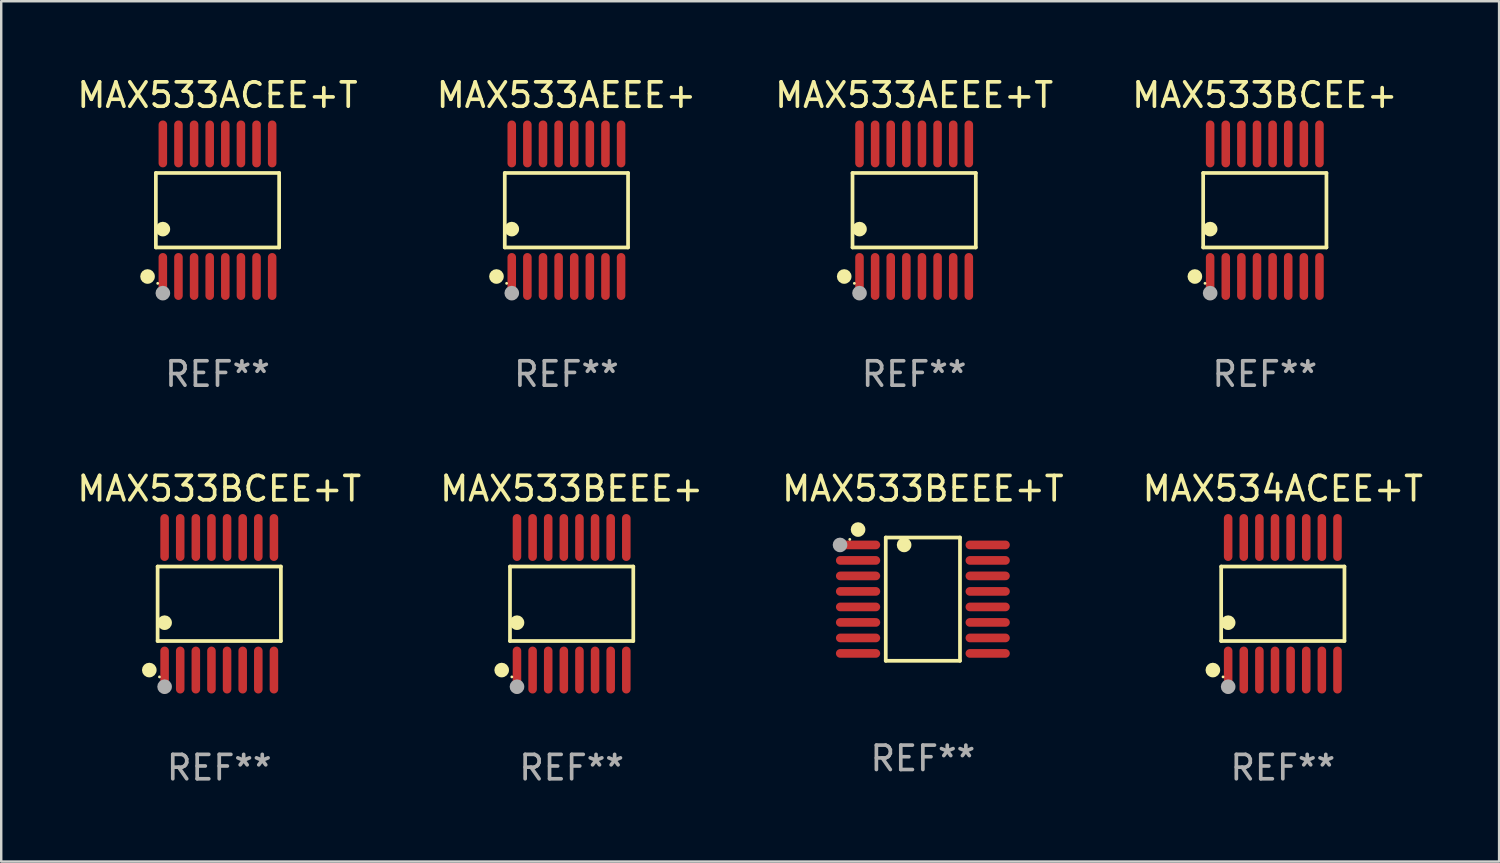
<source format=kicad_pcb>
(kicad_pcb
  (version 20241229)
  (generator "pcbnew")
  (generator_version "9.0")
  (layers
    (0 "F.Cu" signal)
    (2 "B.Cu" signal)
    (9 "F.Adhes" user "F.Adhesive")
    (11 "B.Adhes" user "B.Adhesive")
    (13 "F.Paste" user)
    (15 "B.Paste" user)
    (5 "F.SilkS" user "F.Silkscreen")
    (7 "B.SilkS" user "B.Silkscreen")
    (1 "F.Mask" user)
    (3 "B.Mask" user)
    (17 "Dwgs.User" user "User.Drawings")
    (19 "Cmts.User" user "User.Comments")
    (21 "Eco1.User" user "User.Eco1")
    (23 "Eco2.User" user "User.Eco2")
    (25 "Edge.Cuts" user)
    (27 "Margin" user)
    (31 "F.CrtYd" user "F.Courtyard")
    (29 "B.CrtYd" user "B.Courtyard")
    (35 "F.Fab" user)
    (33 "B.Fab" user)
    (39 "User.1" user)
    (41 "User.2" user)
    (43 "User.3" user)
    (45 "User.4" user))
  (footprint "MAX533BCEE+"
    (layer "F.Cu")
    (at 48.78 5.564)
    (property "Reference" "MAX533BCEE+" (at 0 -4.716 0) (layer "F.SilkS") (effects (font (size 1 1) (thickness 0.15))))
    (attr through_hole)
    (fp_line (start -2.526 -1.526) (end 2.526 -1.526) (stroke (width 0.152) (type solid)) (layer "F.SilkS"))
    (fp_line (start -2.526 1.526) (end -2.526 -1.526) (stroke (width 0.152) (type solid)) (layer "F.SilkS"))
    (fp_line (start 2.526 -1.526) (end 2.526 1.526) (stroke (width 0.152) (type solid)) (layer "F.SilkS"))
    (fp_line (start 2.526 1.526) (end -2.526 1.526) (stroke (width 0.152) (type solid)) (layer "F.SilkS"))
    (fp_circle (center -2.867 2.716) (end -2.717 2.716) (stroke (width 0.3) (type solid)) (fill no) (layer "F.SilkS"))
    (fp_circle (center -2.45 2.997) (end -2.42 2.997) (stroke (width 0.06) (type solid)) (fill no) (layer "F.SilkS"))
    (fp_circle (center -2.24 0.774) (end -2.09 0.774) (stroke (width 0.3) (type solid)) (fill no) (layer "F.SilkS"))
    (fp_circle (center -2.24 3.398) (end -2.09 3.398) (stroke (width 0.3) (type solid)) (fill no) (layer "F.Fab"))
    (fp_text user "REF**" (at 0 6.716 0) (layer "F.Fab") (effects (font (size 1 1) (thickness 0.15))))
    (pad "1" smd oval (at -2.24 2.716) (size 0.35 1.922) (layers "F.Cu" "F.Mask" "F.Paste"))
    (pad "2" smd oval (at -1.6 2.716) (size 0.35 1.922) (layers "F.Cu" "F.Mask" "F.Paste"))
    (pad "3" smd oval (at -0.96 2.716) (size 0.35 1.922) (layers "F.Cu" "F.Mask" "F.Paste"))
    (pad "4" smd oval (at -0.32 2.716) (size 0.35 1.922) (layers "F.Cu" "F.Mask" "F.Paste"))
    (pad "5" smd oval (at 0.32 2.716) (size 0.35 1.922) (layers "F.Cu" "F.Mask" "F.Paste"))
    (pad "6" smd oval (at 0.96 2.716) (size 0.35 1.922) (layers "F.Cu" "F.Mask" "F.Paste"))
    (pad "7" smd oval (at 1.6 2.716) (size 0.35 1.922) (layers "F.Cu" "F.Mask" "F.Paste"))
    (pad "8" smd oval (at 2.24 2.716) (size 0.35 1.922) (layers "F.Cu" "F.Mask" "F.Paste"))
    (pad "9" smd oval (at 2.24 -2.716) (size 0.35 1.922) (layers "F.Cu" "F.Mask" "F.Paste"))
    (pad "10" smd oval (at 1.6 -2.716) (size 0.35 1.922) (layers "F.Cu" "F.Mask" "F.Paste"))
    (pad "11" smd oval (at 0.96 -2.716) (size 0.35 1.922) (layers "F.Cu" "F.Mask" "F.Paste"))
    (pad "12" smd oval (at 0.32 -2.716) (size 0.35 1.922) (layers "F.Cu" "F.Mask" "F.Paste"))
    (pad "13" smd oval (at -0.32 -2.716) (size 0.35 1.922) (layers "F.Cu" "F.Mask" "F.Paste"))
    (pad "14" smd oval (at -0.96 -2.716) (size 0.35 1.922) (layers "F.Cu" "F.Mask" "F.Paste"))
    (pad "15" smd oval (at -1.6 -2.716) (size 0.35 1.922) (layers "F.Cu" "F.Mask" "F.Paste"))
    (pad "16" smd oval (at -2.24 -2.716) (size 0.35 1.922) (layers "F.Cu" "F.Mask" "F.Paste")))
  (footprint "MAX533AEEE+T"
    (layer "F.Cu")
    (at 34.411 5.564)
    (property "Reference" "MAX533AEEE+T" (at 0 -4.716 0) (layer "F.SilkS") (effects (font (size 1 1) (thickness 0.15))))
    (attr through_hole)
    (fp_line (start -2.526 -1.526) (end 2.526 -1.526) (stroke (width 0.152) (type solid)) (layer "F.SilkS"))
    (fp_line (start -2.526 1.526) (end -2.526 -1.526) (stroke (width 0.152) (type solid)) (layer "F.SilkS"))
    (fp_line (start 2.526 -1.526) (end 2.526 1.526) (stroke (width 0.152) (type solid)) (layer "F.SilkS"))
    (fp_line (start 2.526 1.526) (end -2.526 1.526) (stroke (width 0.152) (type solid)) (layer "F.SilkS"))
    (fp_circle (center -2.867 2.716) (end -2.717 2.716) (stroke (width 0.3) (type solid)) (fill no) (layer "F.SilkS"))
    (fp_circle (center -2.45 2.997) (end -2.42 2.997) (stroke (width 0.06) (type solid)) (fill no) (layer "F.SilkS"))
    (fp_circle (center -2.24 0.774) (end -2.09 0.774) (stroke (width 0.3) (type solid)) (fill no) (layer "F.SilkS"))
    (fp_circle (center -2.24 3.398) (end -2.09 3.398) (stroke (width 0.3) (type solid)) (fill no) (layer "F.Fab"))
    (fp_text user "REF**" (at 0 6.716 0) (layer "F.Fab") (effects (font (size 1 1) (thickness 0.15))))
    (pad "1" smd oval (at -2.24 2.716) (size 0.35 1.922) (layers "F.Cu" "F.Mask" "F.Paste"))
    (pad "2" smd oval (at -1.6 2.716) (size 0.35 1.922) (layers "F.Cu" "F.Mask" "F.Paste"))
    (pad "3" smd oval (at -0.96 2.716) (size 0.35 1.922) (layers "F.Cu" "F.Mask" "F.Paste"))
    (pad "4" smd oval (at -0.32 2.716) (size 0.35 1.922) (layers "F.Cu" "F.Mask" "F.Paste"))
    (pad "5" smd oval (at 0.32 2.716) (size 0.35 1.922) (layers "F.Cu" "F.Mask" "F.Paste"))
    (pad "6" smd oval (at 0.96 2.716) (size 0.35 1.922) (layers "F.Cu" "F.Mask" "F.Paste"))
    (pad "7" smd oval (at 1.6 2.716) (size 0.35 1.922) (layers "F.Cu" "F.Mask" "F.Paste"))
    (pad "8" smd oval (at 2.24 2.716) (size 0.35 1.922) (layers "F.Cu" "F.Mask" "F.Paste"))
    (pad "9" smd oval (at 2.24 -2.716) (size 0.35 1.922) (layers "F.Cu" "F.Mask" "F.Paste"))
    (pad "10" smd oval (at 1.6 -2.716) (size 0.35 1.922) (layers "F.Cu" "F.Mask" "F.Paste"))
    (pad "11" smd oval (at 0.96 -2.716) (size 0.35 1.922) (layers "F.Cu" "F.Mask" "F.Paste"))
    (pad "12" smd oval (at 0.32 -2.716) (size 0.35 1.922) (layers "F.Cu" "F.Mask" "F.Paste"))
    (pad "13" smd oval (at -0.32 -2.716) (size 0.35 1.922) (layers "F.Cu" "F.Mask" "F.Paste"))
    (pad "14" smd oval (at -0.96 -2.716) (size 0.35 1.922) (layers "F.Cu" "F.Mask" "F.Paste"))
    (pad "15" smd oval (at -1.6 -2.716) (size 0.35 1.922) (layers "F.Cu" "F.Mask" "F.Paste"))
    (pad "16" smd oval (at -2.24 -2.716) (size 0.35 1.922) (layers "F.Cu" "F.Mask" "F.Paste")))
  (footprint "MAX533BCEE+T"
    (layer "F.Cu")
    (at 5.935 21.692)
    (property "Reference" "MAX533BCEE+T" (at 0 -4.716 0) (layer "F.SilkS") (effects (font (size 1 1) (thickness 0.15))))
    (attr through_hole)
    (fp_line (start -2.526 -1.526) (end 2.526 -1.526) (stroke (width 0.152) (type solid)) (layer "F.SilkS"))
    (fp_line (start -2.526 1.526) (end -2.526 -1.526) (stroke (width 0.152) (type solid)) (layer "F.SilkS"))
    (fp_line (start 2.526 -1.526) (end 2.526 1.526) (stroke (width 0.152) (type solid)) (layer "F.SilkS"))
    (fp_line (start 2.526 1.526) (end -2.526 1.526) (stroke (width 0.152) (type solid)) (layer "F.SilkS"))
    (fp_circle (center -2.867 2.716) (end -2.717 2.716) (stroke (width 0.3) (type solid)) (fill no) (layer "F.SilkS"))
    (fp_circle (center -2.45 2.997) (end -2.42 2.997) (stroke (width 0.06) (type solid)) (fill no) (layer "F.SilkS"))
    (fp_circle (center -2.24 0.774) (end -2.09 0.774) (stroke (width 0.3) (type solid)) (fill no) (layer "F.SilkS"))
    (fp_circle (center -2.24 3.398) (end -2.09 3.398) (stroke (width 0.3) (type solid)) (fill no) (layer "F.Fab"))
    (fp_text user "REF**" (at 0 6.716 0) (layer "F.Fab") (effects (font (size 1 1) (thickness 0.15))))
    (pad "1" smd oval (at -2.24 2.716) (size 0.35 1.922) (layers "F.Cu" "F.Mask" "F.Paste"))
    (pad "2" smd oval (at -1.6 2.716) (size 0.35 1.922) (layers "F.Cu" "F.Mask" "F.Paste"))
    (pad "3" smd oval (at -0.96 2.716) (size 0.35 1.922) (layers "F.Cu" "F.Mask" "F.Paste"))
    (pad "4" smd oval (at -0.32 2.716) (size 0.35 1.922) (layers "F.Cu" "F.Mask" "F.Paste"))
    (pad "5" smd oval (at 0.32 2.716) (size 0.35 1.922) (layers "F.Cu" "F.Mask" "F.Paste"))
    (pad "6" smd oval (at 0.96 2.716) (size 0.35 1.922) (layers "F.Cu" "F.Mask" "F.Paste"))
    (pad "7" smd oval (at 1.6 2.716) (size 0.35 1.922) (layers "F.Cu" "F.Mask" "F.Paste"))
    (pad "8" smd oval (at 2.24 2.716) (size 0.35 1.922) (layers "F.Cu" "F.Mask" "F.Paste"))
    (pad "9" smd oval (at 2.24 -2.716) (size 0.35 1.922) (layers "F.Cu" "F.Mask" "F.Paste"))
    (pad "10" smd oval (at 1.6 -2.716) (size 0.35 1.922) (layers "F.Cu" "F.Mask" "F.Paste"))
    (pad "11" smd oval (at 0.96 -2.716) (size 0.35 1.922) (layers "F.Cu" "F.Mask" "F.Paste"))
    (pad "12" smd oval (at 0.32 -2.716) (size 0.35 1.922) (layers "F.Cu" "F.Mask" "F.Paste"))
    (pad "13" smd oval (at -0.32 -2.716) (size 0.35 1.922) (layers "F.Cu" "F.Mask" "F.Paste"))
    (pad "14" smd oval (at -0.96 -2.716) (size 0.35 1.922) (layers "F.Cu" "F.Mask" "F.Paste"))
    (pad "15" smd oval (at -1.6 -2.716) (size 0.35 1.922) (layers "F.Cu" "F.Mask" "F.Paste"))
    (pad "16" smd oval (at -2.24 -2.716) (size 0.35 1.922) (layers "F.Cu" "F.Mask" "F.Paste")))
  (footprint "MAX534ACEE+T"
    (layer "F.Cu")
    (at 49.518 21.692)
    (property "Reference" "MAX534ACEE+T" (at 0 -4.716 0) (layer "F.SilkS") (effects (font (size 1 1) (thickness 0.15))))
    (attr through_hole)
    (fp_line (start -2.526 -1.526) (end 2.526 -1.526) (stroke (width 0.152) (type solid)) (layer "F.SilkS"))
    (fp_line (start -2.526 1.526) (end -2.526 -1.526) (stroke (width 0.152) (type solid)) (layer "F.SilkS"))
    (fp_line (start 2.526 -1.526) (end 2.526 1.526) (stroke (width 0.152) (type solid)) (layer "F.SilkS"))
    (fp_line (start 2.526 1.526) (end -2.526 1.526) (stroke (width 0.152) (type solid)) (layer "F.SilkS"))
    (fp_circle (center -2.867 2.716) (end -2.717 2.716) (stroke (width 0.3) (type solid)) (fill no) (layer "F.SilkS"))
    (fp_circle (center -2.45 2.997) (end -2.42 2.997) (stroke (width 0.06) (type solid)) (fill no) (layer "F.SilkS"))
    (fp_circle (center -2.24 0.774) (end -2.09 0.774) (stroke (width 0.3) (type solid)) (fill no) (layer "F.SilkS"))
    (fp_circle (center -2.24 3.398) (end -2.09 3.398) (stroke (width 0.3) (type solid)) (fill no) (layer "F.Fab"))
    (fp_text user "REF**" (at 0 6.716 0) (layer "F.Fab") (effects (font (size 1 1) (thickness 0.15))))
    (pad "1" smd oval (at -2.24 2.716) (size 0.35 1.922) (layers "F.Cu" "F.Mask" "F.Paste"))
    (pad "2" smd oval (at -1.6 2.716) (size 0.35 1.922) (layers "F.Cu" "F.Mask" "F.Paste"))
    (pad "3" smd oval (at -0.96 2.716) (size 0.35 1.922) (layers "F.Cu" "F.Mask" "F.Paste"))
    (pad "4" smd oval (at -0.32 2.716) (size 0.35 1.922) (layers "F.Cu" "F.Mask" "F.Paste"))
    (pad "5" smd oval (at 0.32 2.716) (size 0.35 1.922) (layers "F.Cu" "F.Mask" "F.Paste"))
    (pad "6" smd oval (at 0.96 2.716) (size 0.35 1.922) (layers "F.Cu" "F.Mask" "F.Paste"))
    (pad "7" smd oval (at 1.6 2.716) (size 0.35 1.922) (layers "F.Cu" "F.Mask" "F.Paste"))
    (pad "8" smd oval (at 2.24 2.716) (size 0.35 1.922) (layers "F.Cu" "F.Mask" "F.Paste"))
    (pad "9" smd oval (at 2.24 -2.716) (size 0.35 1.922) (layers "F.Cu" "F.Mask" "F.Paste"))
    (pad "10" smd oval (at 1.6 -2.716) (size 0.35 1.922) (layers "F.Cu" "F.Mask" "F.Paste"))
    (pad "11" smd oval (at 0.96 -2.716) (size 0.35 1.922) (layers "F.Cu" "F.Mask" "F.Paste"))
    (pad "12" smd oval (at 0.32 -2.716) (size 0.35 1.922) (layers "F.Cu" "F.Mask" "F.Paste"))
    (pad "13" smd oval (at -0.32 -2.716) (size 0.35 1.922) (layers "F.Cu" "F.Mask" "F.Paste"))
    (pad "14" smd oval (at -0.96 -2.716) (size 0.35 1.922) (layers "F.Cu" "F.Mask" "F.Paste"))
    (pad "15" smd oval (at -1.6 -2.716) (size 0.35 1.922) (layers "F.Cu" "F.Mask" "F.Paste"))
    (pad "16" smd oval (at -2.24 -2.716) (size 0.35 1.922) (layers "F.Cu" "F.Mask" "F.Paste")))
  (footprint "MAX533ACEE+T"
    (layer "F.Cu")
    (at 5.863 5.564)
    (property "Reference" "MAX533ACEE+T" (at 0 -4.716 0) (layer "F.SilkS") (effects (font (size 1 1) (thickness 0.15))))
    (attr through_hole)
    (fp_line (start -2.526 -1.526) (end 2.526 -1.526) (stroke (width 0.152) (type solid)) (layer "F.SilkS"))
    (fp_line (start -2.526 1.526) (end -2.526 -1.526) (stroke (width 0.152) (type solid)) (layer "F.SilkS"))
    (fp_line (start 2.526 -1.526) (end 2.526 1.526) (stroke (width 0.152) (type solid)) (layer "F.SilkS"))
    (fp_line (start 2.526 1.526) (end -2.526 1.526) (stroke (width 0.152) (type solid)) (layer "F.SilkS"))
    (fp_circle (center -2.867 2.716) (end -2.717 2.716) (stroke (width 0.3) (type solid)) (fill no) (layer "F.SilkS"))
    (fp_circle (center -2.45 2.997) (end -2.42 2.997) (stroke (width 0.06) (type solid)) (fill no) (layer "F.SilkS"))
    (fp_circle (center -2.24 0.774) (end -2.09 0.774) (stroke (width 0.3) (type solid)) (fill no) (layer "F.SilkS"))
    (fp_circle (center -2.24 3.398) (end -2.09 3.398) (stroke (width 0.3) (type solid)) (fill no) (layer "F.Fab"))
    (fp_text user "REF**" (at 0 6.716 0) (layer "F.Fab") (effects (font (size 1 1) (thickness 0.15))))
    (pad "1" smd oval (at -2.24 2.716) (size 0.35 1.922) (layers "F.Cu" "F.Mask" "F.Paste"))
    (pad "2" smd oval (at -1.6 2.716) (size 0.35 1.922) (layers "F.Cu" "F.Mask" "F.Paste"))
    (pad "3" smd oval (at -0.96 2.716) (size 0.35 1.922) (layers "F.Cu" "F.Mask" "F.Paste"))
    (pad "4" smd oval (at -0.32 2.716) (size 0.35 1.922) (layers "F.Cu" "F.Mask" "F.Paste"))
    (pad "5" smd oval (at 0.32 2.716) (size 0.35 1.922) (layers "F.Cu" "F.Mask" "F.Paste"))
    (pad "6" smd oval (at 0.96 2.716) (size 0.35 1.922) (layers "F.Cu" "F.Mask" "F.Paste"))
    (pad "7" smd oval (at 1.6 2.716) (size 0.35 1.922) (layers "F.Cu" "F.Mask" "F.Paste"))
    (pad "8" smd oval (at 2.24 2.716) (size 0.35 1.922) (layers "F.Cu" "F.Mask" "F.Paste"))
    (pad "9" smd oval (at 2.24 -2.716) (size 0.35 1.922) (layers "F.Cu" "F.Mask" "F.Paste"))
    (pad "10" smd oval (at 1.6 -2.716) (size 0.35 1.922) (layers "F.Cu" "F.Mask" "F.Paste"))
    (pad "11" smd oval (at 0.96 -2.716) (size 0.35 1.922) (layers "F.Cu" "F.Mask" "F.Paste"))
    (pad "12" smd oval (at 0.32 -2.716) (size 0.35 1.922) (layers "F.Cu" "F.Mask" "F.Paste"))
    (pad "13" smd oval (at -0.32 -2.716) (size 0.35 1.922) (layers "F.Cu" "F.Mask" "F.Paste"))
    (pad "14" smd oval (at -0.96 -2.716) (size 0.35 1.922) (layers "F.Cu" "F.Mask" "F.Paste"))
    (pad "15" smd oval (at -1.6 -2.716) (size 0.35 1.922) (layers "F.Cu" "F.Mask" "F.Paste"))
    (pad "16" smd oval (at -2.24 -2.716) (size 0.35 1.922) (layers "F.Cu" "F.Mask" "F.Paste")))
  (footprint "MAX533BEEE+"
    (layer "F.Cu")
    (at 20.375 21.692)
    (property "Reference" "MAX533BEEE+" (at 0 -4.716 0) (layer "F.SilkS") (effects (font (size 1 1) (thickness 0.15))))
    (attr through_hole)
    (fp_line (start -2.526 -1.526) (end 2.526 -1.526) (stroke (width 0.152) (type solid)) (layer "F.SilkS"))
    (fp_line (start -2.526 1.526) (end -2.526 -1.526) (stroke (width 0.152) (type solid)) (layer "F.SilkS"))
    (fp_line (start 2.526 -1.526) (end 2.526 1.526) (stroke (width 0.152) (type solid)) (layer "F.SilkS"))
    (fp_line (start 2.526 1.526) (end -2.526 1.526) (stroke (width 0.152) (type solid)) (layer "F.SilkS"))
    (fp_circle (center -2.867 2.716) (end -2.717 2.716) (stroke (width 0.3) (type solid)) (fill no) (layer "F.SilkS"))
    (fp_circle (center -2.45 2.997) (end -2.42 2.997) (stroke (width 0.06) (type solid)) (fill no) (layer "F.SilkS"))
    (fp_circle (center -2.24 0.774) (end -2.09 0.774) (stroke (width 0.3) (type solid)) (fill no) (layer "F.SilkS"))
    (fp_circle (center -2.24 3.398) (end -2.09 3.398) (stroke (width 0.3) (type solid)) (fill no) (layer "F.Fab"))
    (fp_text user "REF**" (at 0 6.716 0) (layer "F.Fab") (effects (font (size 1 1) (thickness 0.15))))
    (pad "1" smd oval (at -2.24 2.716) (size 0.35 1.922) (layers "F.Cu" "F.Mask" "F.Paste"))
    (pad "2" smd oval (at -1.6 2.716) (size 0.35 1.922) (layers "F.Cu" "F.Mask" "F.Paste"))
    (pad "3" smd oval (at -0.96 2.716) (size 0.35 1.922) (layers "F.Cu" "F.Mask" "F.Paste"))
    (pad "4" smd oval (at -0.32 2.716) (size 0.35 1.922) (layers "F.Cu" "F.Mask" "F.Paste"))
    (pad "5" smd oval (at 0.32 2.716) (size 0.35 1.922) (layers "F.Cu" "F.Mask" "F.Paste"))
    (pad "6" smd oval (at 0.96 2.716) (size 0.35 1.922) (layers "F.Cu" "F.Mask" "F.Paste"))
    (pad "7" smd oval (at 1.6 2.716) (size 0.35 1.922) (layers "F.Cu" "F.Mask" "F.Paste"))
    (pad "8" smd oval (at 2.24 2.716) (size 0.35 1.922) (layers "F.Cu" "F.Mask" "F.Paste"))
    (pad "9" smd oval (at 2.24 -2.716) (size 0.35 1.922) (layers "F.Cu" "F.Mask" "F.Paste"))
    (pad "10" smd oval (at 1.6 -2.716) (size 0.35 1.922) (layers "F.Cu" "F.Mask" "F.Paste"))
    (pad "11" smd oval (at 0.96 -2.716) (size 0.35 1.922) (layers "F.Cu" "F.Mask" "F.Paste"))
    (pad "12" smd oval (at 0.32 -2.716) (size 0.35 1.922) (layers "F.Cu" "F.Mask" "F.Paste"))
    (pad "13" smd oval (at -0.32 -2.716) (size 0.35 1.922) (layers "F.Cu" "F.Mask" "F.Paste"))
    (pad "14" smd oval (at -0.96 -2.716) (size 0.35 1.922) (layers "F.Cu" "F.Mask" "F.Paste"))
    (pad "15" smd oval (at -1.6 -2.716) (size 0.35 1.922) (layers "F.Cu" "F.Mask" "F.Paste"))
    (pad "16" smd oval (at -2.24 -2.716) (size 0.35 1.922) (layers "F.Cu" "F.Mask" "F.Paste")))
  (footprint "MAX533BEEE+T"
    (layer "F.Cu")
    (at 34.768 21.503)
    (property "Reference" "MAX533BEEE+T" (at 0 -4.526 0) (layer "F.SilkS") (effects (font (size 1 1) (thickness 0.15))))
    (attr through_hole)
    (fp_line (start -1.521 -2.526) (end 1.521 -2.526) (stroke (width 0.152) (type solid)) (layer "F.SilkS"))
    (fp_line (start -1.521 2.526) (end -1.521 -2.526) (stroke (width 0.152) (type solid)) (layer "F.SilkS"))
    (fp_line (start 1.521 -2.526) (end 1.521 2.526) (stroke (width 0.152) (type solid)) (layer "F.SilkS"))
    (fp_line (start 1.521 2.526) (end -1.521 2.526) (stroke (width 0.152) (type solid)) (layer "F.SilkS"))
    (fp_circle (center -2.995 -2.45) (end -2.965 -2.45) (stroke (width 0.06) (type solid)) (fill no) (layer "F.SilkS"))
    (fp_circle (center -2.656 -2.853) (end -2.506 -2.853) (stroke (width 0.3) (type solid)) (fill no) (layer "F.SilkS"))
    (fp_circle (center -0.769 -2.223) (end -0.619 -2.223) (stroke (width 0.3) (type solid)) (fill no) (layer "F.SilkS"))
    (fp_circle (center -3.395 -2.223) (end -3.245 -2.223) (stroke (width 0.3) (type solid)) (fill no) (layer "F.Fab"))
    (fp_text user "REF**" (at 0 6.526 0) (layer "F.Fab") (effects (font (size 1 1) (thickness 0.15))))
    (pad "1" smd oval (at -2.656 -2.223 270) (size 0.356 1.813) (layers "F.Cu" "F.Mask" "F.Paste"))
    (pad "2" smd oval (at -2.656 -1.588 270) (size 0.356 1.813) (layers "F.Cu" "F.Mask" "F.Paste"))
    (pad "3" smd oval (at -2.656 -0.953 270) (size 0.356 1.813) (layers "F.Cu" "F.Mask" "F.Paste"))
    (pad "4" smd oval (at -2.656 -0.318 270) (size 0.356 1.813) (layers "F.Cu" "F.Mask" "F.Paste"))
    (pad "5" smd oval (at -2.656 0.318 270) (size 0.356 1.813) (layers "F.Cu" "F.Mask" "F.Paste"))
    (pad "6" smd oval (at -2.656 0.953 270) (size 0.356 1.813) (layers "F.Cu" "F.Mask" "F.Paste"))
    (pad "7" smd oval (at -2.656 1.588 270) (size 0.356 1.813) (layers "F.Cu" "F.Mask" "F.Paste"))
    (pad "8" smd oval (at -2.656 2.223 270) (size 0.356 1.813) (layers "F.Cu" "F.Mask" "F.Paste"))
    (pad "9" smd oval (at 2.656 2.223 270) (size 0.356 1.813) (layers "F.Cu" "F.Mask" "F.Paste"))
    (pad "10" smd oval (at 2.656 1.588 270) (size 0.356 1.813) (layers "F.Cu" "F.Mask" "F.Paste"))
    (pad "11" smd oval (at 2.656 0.953 270) (size 0.356 1.813) (layers "F.Cu" "F.Mask" "F.Paste"))
    (pad "12" smd oval (at 2.656 0.318 270) (size 0.356 1.813) (layers "F.Cu" "F.Mask" "F.Paste"))
    (pad "13" smd oval (at 2.656 -0.318 270) (size 0.356 1.813) (layers "F.Cu" "F.Mask" "F.Paste"))
    (pad "14" smd oval (at 2.656 -0.953 270) (size 0.356 1.813) (layers "F.Cu" "F.Mask" "F.Paste"))
    (pad "15" smd oval (at 2.656 -1.588 270) (size 0.356 1.813) (layers "F.Cu" "F.Mask" "F.Paste"))
    (pad "16" smd oval (at 2.656 -2.223 270) (size 0.356 1.813) (layers "F.Cu" "F.Mask" "F.Paste")))
  (footprint "MAX533AEEE+"
    (layer "F.Cu")
    (at 20.161 5.564)
    (property "Reference" "MAX533AEEE+" (at 0 -4.716 0) (layer "F.SilkS") (effects (font (size 1 1) (thickness 0.15))))
    (attr through_hole)
    (fp_line (start -2.526 -1.526) (end 2.526 -1.526) (stroke (width 0.152) (type solid)) (layer "F.SilkS"))
    (fp_line (start -2.526 1.526) (end -2.526 -1.526) (stroke (width 0.152) (type solid)) (layer "F.SilkS"))
    (fp_line (start 2.526 -1.526) (end 2.526 1.526) (stroke (width 0.152) (type solid)) (layer "F.SilkS"))
    (fp_line (start 2.526 1.526) (end -2.526 1.526) (stroke (width 0.152) (type solid)) (layer "F.SilkS"))
    (fp_circle (center -2.867 2.716) (end -2.717 2.716) (stroke (width 0.3) (type solid)) (fill no) (layer "F.SilkS"))
    (fp_circle (center -2.45 2.997) (end -2.42 2.997) (stroke (width 0.06) (type solid)) (fill no) (layer "F.SilkS"))
    (fp_circle (center -2.24 0.774) (end -2.09 0.774) (stroke (width 0.3) (type solid)) (fill no) (layer "F.SilkS"))
    (fp_circle (center -2.24 3.398) (end -2.09 3.398) (stroke (width 0.3) (type solid)) (fill no) (layer "F.Fab"))
    (fp_text user "REF**" (at 0 6.716 0) (layer "F.Fab") (effects (font (size 1 1) (thickness 0.15))))
    (pad "1" smd oval (at -2.24 2.716) (size 0.35 1.922) (layers "F.Cu" "F.Mask" "F.Paste"))
    (pad "2" smd oval (at -1.6 2.716) (size 0.35 1.922) (layers "F.Cu" "F.Mask" "F.Paste"))
    (pad "3" smd oval (at -0.96 2.716) (size 0.35 1.922) (layers "F.Cu" "F.Mask" "F.Paste"))
    (pad "4" smd oval (at -0.32 2.716) (size 0.35 1.922) (layers "F.Cu" "F.Mask" "F.Paste"))
    (pad "5" smd oval (at 0.32 2.716) (size 0.35 1.922) (layers "F.Cu" "F.Mask" "F.Paste"))
    (pad "6" smd oval (at 0.96 2.716) (size 0.35 1.922) (layers "F.Cu" "F.Mask" "F.Paste"))
    (pad "7" smd oval (at 1.6 2.716) (size 0.35 1.922) (layers "F.Cu" "F.Mask" "F.Paste"))
    (pad "8" smd oval (at 2.24 2.716) (size 0.35 1.922) (layers "F.Cu" "F.Mask" "F.Paste"))
    (pad "9" smd oval (at 2.24 -2.716) (size 0.35 1.922) (layers "F.Cu" "F.Mask" "F.Paste"))
    (pad "10" smd oval (at 1.6 -2.716) (size 0.35 1.922) (layers "F.Cu" "F.Mask" "F.Paste"))
    (pad "11" smd oval (at 0.96 -2.716) (size 0.35 1.922) (layers "F.Cu" "F.Mask" "F.Paste"))
    (pad "12" smd oval (at 0.32 -2.716) (size 0.35 1.922) (layers "F.Cu" "F.Mask" "F.Paste"))
    (pad "13" smd oval (at -0.32 -2.716) (size 0.35 1.922) (layers "F.Cu" "F.Mask" "F.Paste"))
    (pad "14" smd oval (at -0.96 -2.716) (size 0.35 1.922) (layers "F.Cu" "F.Mask" "F.Paste"))
    (pad "15" smd oval (at -1.6 -2.716) (size 0.35 1.922) (layers "F.Cu" "F.Mask" "F.Paste"))
    (pad "16" smd oval (at -2.24 -2.716) (size 0.35 1.922) (layers "F.Cu" "F.Mask" "F.Paste")))
  (gr_rect
    (start -3 -3)
    (end 58.381 32.256)
    (stroke (width 0.1) (type default))
    (fill no)
    (layer "Edge.Cuts")))
</source>
